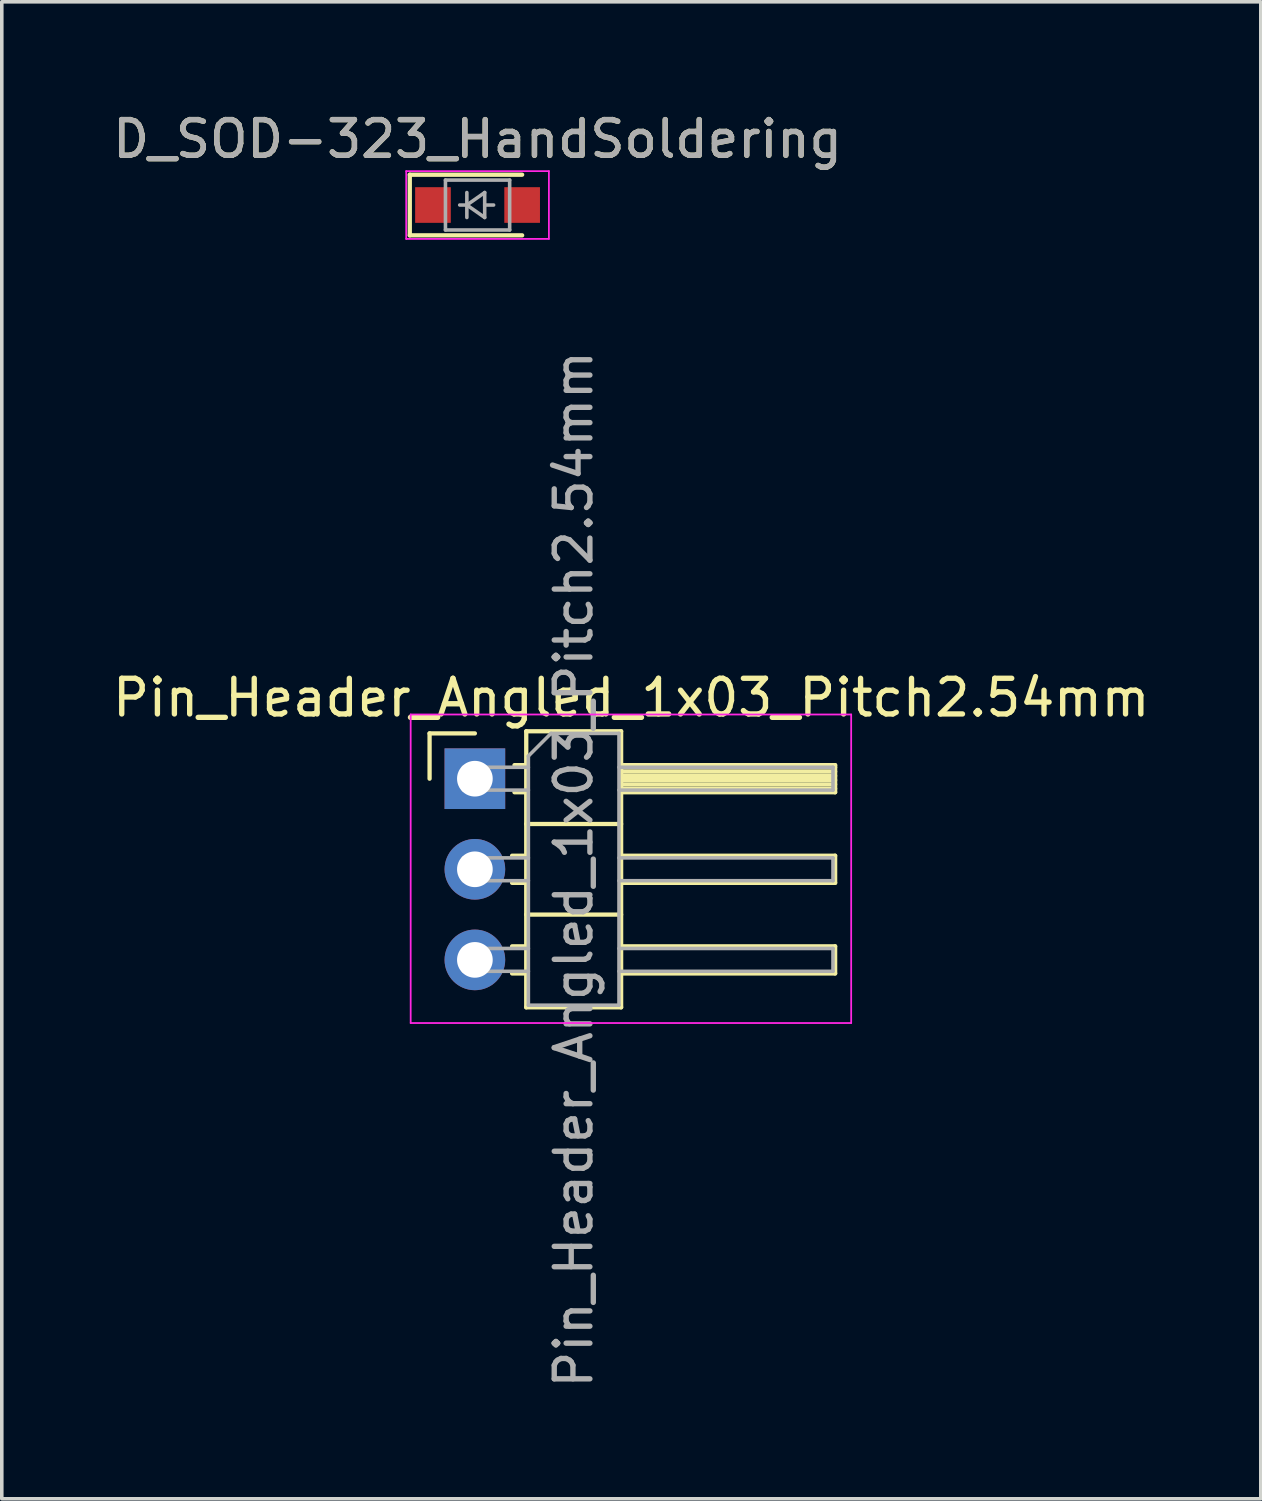
<source format=kicad_pcb>
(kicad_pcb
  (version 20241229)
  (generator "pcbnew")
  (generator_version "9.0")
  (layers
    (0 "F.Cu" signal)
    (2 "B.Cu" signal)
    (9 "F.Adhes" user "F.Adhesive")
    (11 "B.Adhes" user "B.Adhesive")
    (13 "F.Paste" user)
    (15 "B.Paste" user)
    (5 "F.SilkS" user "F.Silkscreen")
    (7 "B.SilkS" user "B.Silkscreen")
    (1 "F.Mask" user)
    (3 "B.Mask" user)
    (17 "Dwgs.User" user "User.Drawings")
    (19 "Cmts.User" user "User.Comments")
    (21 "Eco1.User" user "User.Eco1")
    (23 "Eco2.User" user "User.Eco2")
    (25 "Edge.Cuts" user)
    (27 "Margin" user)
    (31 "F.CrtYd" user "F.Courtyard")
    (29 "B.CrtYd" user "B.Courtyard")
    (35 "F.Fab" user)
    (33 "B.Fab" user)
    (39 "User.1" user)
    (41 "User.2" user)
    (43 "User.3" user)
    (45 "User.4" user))
  (footprint "D_SOD-323_HandSoldering"
    (layer "F.Cu")
    (at 10.339 2.698)
    (property "Reference" "D_SOD-323_HandSoldering" (at 0 -1.85 0) (layer "F.SilkS") (effects (font (size 1 1) (thickness 0.15))))
    (attr smd)
    (fp_line (start -1.9 -0.85) (end -1.9 0.85) (stroke (width 0.12) (type solid)) (layer "F.SilkS"))
    (fp_line (start -1.9 -0.85) (end 1.25 -0.85) (stroke (width 0.12) (type solid)) (layer "F.SilkS"))
    (fp_line (start -1.9 0.85) (end 1.25 0.85) (stroke (width 0.12) (type solid)) (layer "F.SilkS"))
    (fp_line (start -2 -0.95) (end -2 0.95) (stroke (width 0.05) (type solid)) (layer "F.CrtYd"))
    (fp_line (start -2 -0.95) (end 2 -0.95) (stroke (width 0.05) (type solid)) (layer "F.CrtYd"))
    (fp_line (start -2 0.95) (end 2 0.95) (stroke (width 0.05) (type solid)) (layer "F.CrtYd"))
    (fp_line (start 2 -0.95) (end 2 0.95) (stroke (width 0.05) (type solid)) (layer "F.CrtYd"))
    (fp_line (start -0.9 -0.7) (end 0.9 -0.7) (stroke (width 0.1) (type solid)) (layer "F.Fab"))
    (fp_line (start -0.9 0.7) (end -0.9 -0.7) (stroke (width 0.1) (type solid)) (layer "F.Fab"))
    (fp_line (start -0.3 -0.35) (end -0.3 0.35) (stroke (width 0.1) (type solid)) (layer "F.Fab"))
    (fp_line (start -0.3 0) (end -0.5 0) (stroke (width 0.1) (type solid)) (layer "F.Fab"))
    (fp_line (start -0.3 0) (end 0.2 -0.35) (stroke (width 0.1) (type solid)) (layer "F.Fab"))
    (fp_line (start 0.2 -0.35) (end 0.2 0.35) (stroke (width 0.1) (type solid)) (layer "F.Fab"))
    (fp_line (start 0.2 0) (end 0.45 0) (stroke (width 0.1) (type solid)) (layer "F.Fab"))
    (fp_line (start 0.2 0.35) (end -0.3 0) (stroke (width 0.1) (type solid)) (layer "F.Fab"))
    (fp_line (start 0.9 -0.7) (end 0.9 0.7) (stroke (width 0.1) (type solid)) (layer "F.Fab"))
    (fp_line (start 0.9 0.7) (end -0.9 0.7) (stroke (width 0.1) (type solid)) (layer "F.Fab"))
    (fp_text user "${REFERENCE}" (at 0 -1.85 0) (layer "F.Fab") (effects (font (size 1 1) (thickness 0.15))))
    (pad "1" smd rect (at -1.25 0) (size 1 1) (layers "F.Cu" "F.Mask" "F.Paste"))
    (pad "2" smd rect (at 1.25 0) (size 1 1) (layers "F.Cu" "F.Mask" "F.Paste")))
  (footprint "Pin_Header_Angled_1x03_Pitch2.54mm"
    (layer "F.Cu")
    (at 10.264 18.782)
    (property "Reference" "Pin_Header_Angled_1x03_Pitch2.54mm" (at 4.385 -2.27 0) (layer "F.SilkS") (effects (font (size 1 1) (thickness 0.15))))
    (attr through_hole)
    (fp_line (start -1.27 -1.27) (end 0 -1.27) (stroke (width 0.12) (type solid)) (layer "F.SilkS"))
    (fp_line (start -1.27 0) (end -1.27 -1.27) (stroke (width 0.12) (type solid)) (layer "F.SilkS"))
    (fp_line (start 1.043 2.16) (end 1.44 2.16) (stroke (width 0.12) (type solid)) (layer "F.SilkS"))
    (fp_line (start 1.043 2.92) (end 1.44 2.92) (stroke (width 0.12) (type solid)) (layer "F.SilkS"))
    (fp_line (start 1.043 4.7) (end 1.44 4.7) (stroke (width 0.12) (type solid)) (layer "F.SilkS"))
    (fp_line (start 1.043 5.46) (end 1.44 5.46) (stroke (width 0.12) (type solid)) (layer "F.SilkS"))
    (fp_line (start 1.11 -0.38) (end 1.44 -0.38) (stroke (width 0.12) (type solid)) (layer "F.SilkS"))
    (fp_line (start 1.11 0.38) (end 1.44 0.38) (stroke (width 0.12) (type solid)) (layer "F.SilkS"))
    (fp_line (start 1.44 -1.33) (end 1.44 6.41) (stroke (width 0.12) (type solid)) (layer "F.SilkS"))
    (fp_line (start 1.44 1.27) (end 4.1 1.27) (stroke (width 0.12) (type solid)) (layer "F.SilkS"))
    (fp_line (start 1.44 3.81) (end 4.1 3.81) (stroke (width 0.12) (type solid)) (layer "F.SilkS"))
    (fp_line (start 1.44 6.41) (end 4.1 6.41) (stroke (width 0.12) (type solid)) (layer "F.SilkS"))
    (fp_line (start 4.1 -1.33) (end 1.44 -1.33) (stroke (width 0.12) (type solid)) (layer "F.SilkS"))
    (fp_line (start 4.1 -0.38) (end 10.1 -0.38) (stroke (width 0.12) (type solid)) (layer "F.SilkS"))
    (fp_line (start 4.1 -0.32) (end 10.1 -0.32) (stroke (width 0.12) (type solid)) (layer "F.SilkS"))
    (fp_line (start 4.1 -0.2) (end 10.1 -0.2) (stroke (width 0.12) (type solid)) (layer "F.SilkS"))
    (fp_line (start 4.1 -0.08) (end 10.1 -0.08) (stroke (width 0.12) (type solid)) (layer "F.SilkS"))
    (fp_line (start 4.1 0.04) (end 10.1 0.04) (stroke (width 0.12) (type solid)) (layer "F.SilkS"))
    (fp_line (start 4.1 0.16) (end 10.1 0.16) (stroke (width 0.12) (type solid)) (layer "F.SilkS"))
    (fp_line (start 4.1 0.28) (end 10.1 0.28) (stroke (width 0.12) (type solid)) (layer "F.SilkS"))
    (fp_line (start 4.1 2.16) (end 10.1 2.16) (stroke (width 0.12) (type solid)) (layer "F.SilkS"))
    (fp_line (start 4.1 4.7) (end 10.1 4.7) (stroke (width 0.12) (type solid)) (layer "F.SilkS"))
    (fp_line (start 4.1 6.41) (end 4.1 -1.33) (stroke (width 0.12) (type solid)) (layer "F.SilkS"))
    (fp_line (start 10.1 -0.38) (end 10.1 0.38) (stroke (width 0.12) (type solid)) (layer "F.SilkS"))
    (fp_line (start 10.1 0.38) (end 4.1 0.38) (stroke (width 0.12) (type solid)) (layer "F.SilkS"))
    (fp_line (start 10.1 2.16) (end 10.1 2.92) (stroke (width 0.12) (type solid)) (layer "F.SilkS"))
    (fp_line (start 10.1 2.92) (end 4.1 2.92) (stroke (width 0.12) (type solid)) (layer "F.SilkS"))
    (fp_line (start 10.1 4.7) (end 10.1 5.46) (stroke (width 0.12) (type solid)) (layer "F.SilkS"))
    (fp_line (start 10.1 5.46) (end 4.1 5.46) (stroke (width 0.12) (type solid)) (layer "F.SilkS"))
    (fp_line (start -1.8 -1.8) (end -1.8 6.85) (stroke (width 0.05) (type solid)) (layer "F.CrtYd"))
    (fp_line (start -1.8 6.85) (end 10.55 6.85) (stroke (width 0.05) (type solid)) (layer "F.CrtYd"))
    (fp_line (start 10.55 -1.8) (end -1.8 -1.8) (stroke (width 0.05) (type solid)) (layer "F.CrtYd"))
    (fp_line (start 10.55 6.85) (end 10.55 -1.8) (stroke (width 0.05) (type solid)) (layer "F.CrtYd"))
    (fp_line (start -0.32 -0.32) (end -0.32 0.32) (stroke (width 0.1) (type solid)) (layer "F.Fab"))
    (fp_line (start -0.32 -0.32) (end 1.5 -0.32) (stroke (width 0.1) (type solid)) (layer "F.Fab"))
    (fp_line (start -0.32 0.32) (end 1.5 0.32) (stroke (width 0.1) (type solid)) (layer "F.Fab"))
    (fp_line (start -0.32 2.22) (end -0.32 2.86) (stroke (width 0.1) (type solid)) (layer "F.Fab"))
    (fp_line (start -0.32 2.22) (end 1.5 2.22) (stroke (width 0.1) (type solid)) (layer "F.Fab"))
    (fp_line (start -0.32 2.86) (end 1.5 2.86) (stroke (width 0.1) (type solid)) (layer "F.Fab"))
    (fp_line (start -0.32 4.76) (end -0.32 5.4) (stroke (width 0.1) (type solid)) (layer "F.Fab"))
    (fp_line (start -0.32 4.76) (end 1.5 4.76) (stroke (width 0.1) (type solid)) (layer "F.Fab"))
    (fp_line (start -0.32 5.4) (end 1.5 5.4) (stroke (width 0.1) (type solid)) (layer "F.Fab"))
    (fp_line (start 1.5 -0.635) (end 2.135 -1.27) (stroke (width 0.1) (type solid)) (layer "F.Fab"))
    (fp_line (start 1.5 6.35) (end 1.5 -0.635) (stroke (width 0.1) (type solid)) (layer "F.Fab"))
    (fp_line (start 2.135 -1.27) (end 4.04 -1.27) (stroke (width 0.1) (type solid)) (layer "F.Fab"))
    (fp_line (start 4.04 -1.27) (end 4.04 6.35) (stroke (width 0.1) (type solid)) (layer "F.Fab"))
    (fp_line (start 4.04 -0.32) (end 10.04 -0.32) (stroke (width 0.1) (type solid)) (layer "F.Fab"))
    (fp_line (start 4.04 0.32) (end 10.04 0.32) (stroke (width 0.1) (type solid)) (layer "F.Fab"))
    (fp_line (start 4.04 2.22) (end 10.04 2.22) (stroke (width 0.1) (type solid)) (layer "F.Fab"))
    (fp_line (start 4.04 2.86) (end 10.04 2.86) (stroke (width 0.1) (type solid)) (layer "F.Fab"))
    (fp_line (start 4.04 4.76) (end 10.04 4.76) (stroke (width 0.1) (type solid)) (layer "F.Fab"))
    (fp_line (start 4.04 5.4) (end 10.04 5.4) (stroke (width 0.1) (type solid)) (layer "F.Fab"))
    (fp_line (start 4.04 6.35) (end 1.5 6.35) (stroke (width 0.1) (type solid)) (layer "F.Fab"))
    (fp_line (start 10.04 -0.32) (end 10.04 0.32) (stroke (width 0.1) (type solid)) (layer "F.Fab"))
    (fp_line (start 10.04 2.22) (end 10.04 2.86) (stroke (width 0.1) (type solid)) (layer "F.Fab"))
    (fp_line (start 10.04 4.76) (end 10.04 5.4) (stroke (width 0.1) (type solid)) (layer "F.Fab"))
    (fp_text user "${REFERENCE}" (at 2.77 2.54 90) (layer "F.Fab") (effects (font (size 1 1) (thickness 0.15))))
    (pad "1" thru_hole rect (at 0 0) (size 1.7 1.7) (drill 1) (layers "*.Cu" "*.Mask"))
    (pad "2" thru_hole oval (at 0 2.54) (size 1.7 1.7) (drill 1) (layers "*.Cu" "*.Mask"))
    (pad "3" thru_hole oval (at 0 5.08) (size 1.7 1.7) (drill 1) (layers "*.Cu" "*.Mask")))
  (gr_rect
    (start -3 -3)
    (end 32.298 38.971)
    (stroke (width 0.1) (type default))
    (fill no)
    (layer "Edge.Cuts")))
</source>
